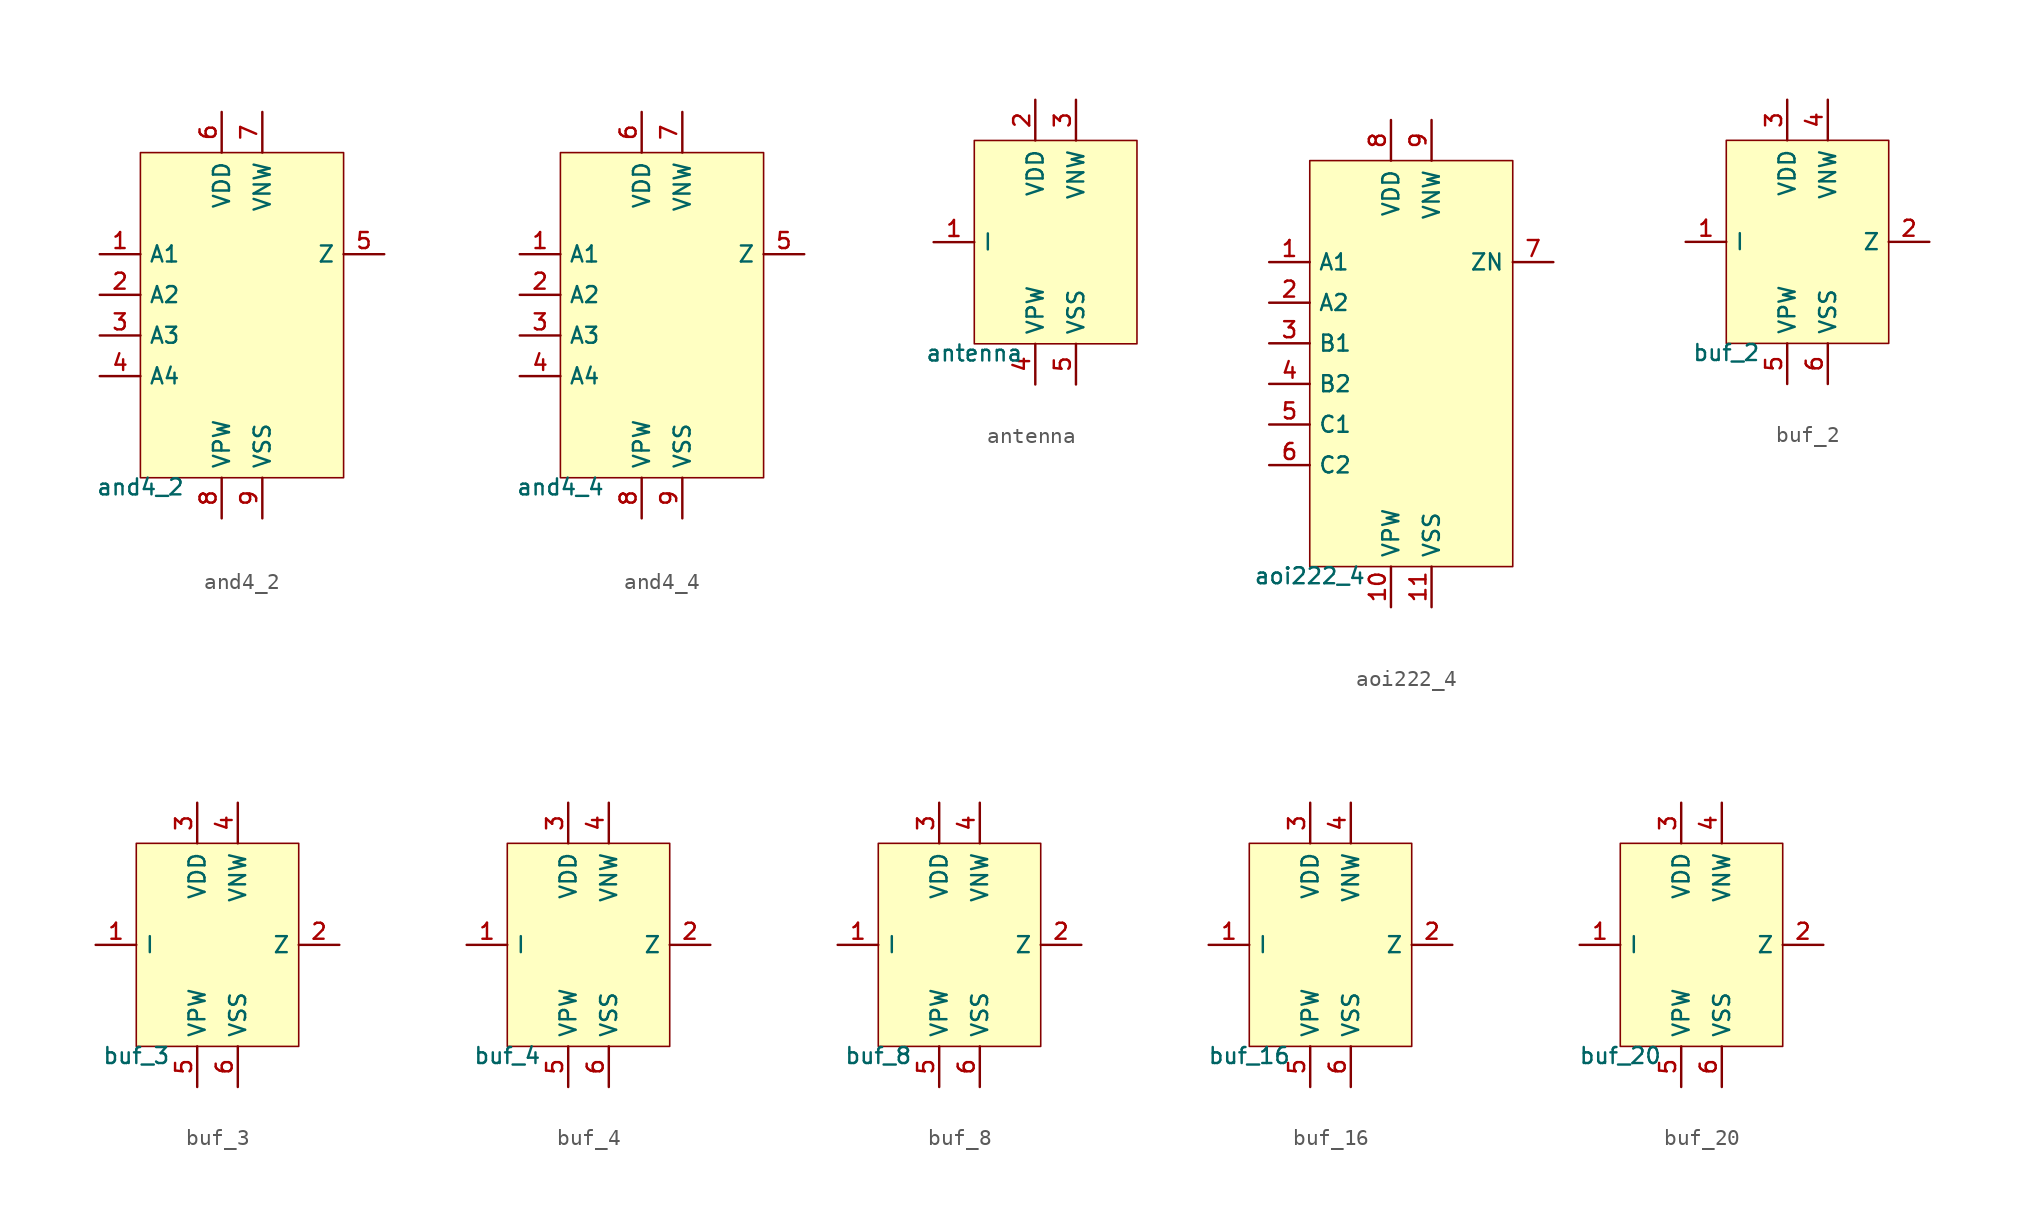
<source format=kicad_sym>
(kicad_symbol_lib
  (version 20211014)
  (generator pdk2kicad)
  (symbol "and4_2"
    (property "Reference" "X"
      (at 0 0 0)
      (effects (font (size 1 1)) hide))
    (property "Value" "and4_2"
      (at -6.35 -10.16 0)
      (effects (font (size 1 1)) (justify top)))
    (rectangle
      (start -6.35 -10.16)
      (end 6.35 10.16)
      (stroke (width 0.1) (type solid) (color 0 0 0 0))
      (fill (type background)))
    (pin input line
      (at -8.89 3.81 0)
      (length 2.54)
      (name "A1" (effects (font (size 1 1)) hide))
      (number "1" (effects (font (size 1 1)) hide)))
    (pin input line
      (at -8.89 1.27 0)
      (length 2.54)
      (name "A2" (effects (font (size 1 1)) hide))
      (number "2" (effects (font (size 1 1)) hide)))
    (pin input line
      (at -8.89 -1.27 0)
      (length 2.54)
      (name "A3" (effects (font (size 1 1)) hide))
      (number "3" (effects (font (size 1 1)) hide)))
    (pin input line
      (at -8.89 -3.81 0)
      (length 2.54)
      (name "A4" (effects (font (size 1 1)) hide))
      (number "4" (effects (font (size 1 1)) hide)))
    (pin output line
      (at 8.89 3.81 180)
      (length 2.54)
      (name "Z" (effects (font (size 1 1)) hide))
      (number "5" (effects (font (size 1 1)) hide)))
    (pin power_in line
      (at -1.27 12.7 270)
      (length 2.54)
      (name "VDD" (effects (font (size 1 1)) hide))
      (number "6" (effects (font (size 1 1)) hide)))
    (pin power_in line
      (at 1.27 12.7 270)
      (length 2.54)
      (name "VNW" (effects (font (size 1 1)) hide))
      (number "7" (effects (font (size 1 1)) hide)))
    (pin power_in line
      (at -1.27 -12.7 90)
      (length 2.54)
      (name "VPW" (effects (font (size 1 1)) hide))
      (number "8" (effects (font (size 1 1)) hide)))
    (pin power_in line
      (at 1.27 -12.7 90)
      (length 2.54)
      (name "VSS" (effects (font (size 1 1)) hide))
      (number "9" (effects (font (size 1 1)) hide))))
  (symbol "and4_4"
    (property "Reference" "X"
      (at 0 0 0)
      (effects (font (size 1 1)) hide))
    (property "Value" "and4_4"
      (at -6.35 -10.16 0)
      (effects (font (size 1 1)) (justify top)))
    (rectangle
      (start -6.35 -10.16)
      (end 6.35 10.16)
      (stroke (width 0.1) (type solid) (color 0 0 0 0))
      (fill (type background)))
    (pin input line
      (at -8.89 3.81 0)
      (length 2.54)
      (name "A1" (effects (font (size 1 1)) hide))
      (number "1" (effects (font (size 1 1)) hide)))
    (pin input line
      (at -8.89 1.27 0)
      (length 2.54)
      (name "A2" (effects (font (size 1 1)) hide))
      (number "2" (effects (font (size 1 1)) hide)))
    (pin input line
      (at -8.89 -1.27 0)
      (length 2.54)
      (name "A3" (effects (font (size 1 1)) hide))
      (number "3" (effects (font (size 1 1)) hide)))
    (pin input line
      (at -8.89 -3.81 0)
      (length 2.54)
      (name "A4" (effects (font (size 1 1)) hide))
      (number "4" (effects (font (size 1 1)) hide)))
    (pin output line
      (at 8.89 3.81 180)
      (length 2.54)
      (name "Z" (effects (font (size 1 1)) hide))
      (number "5" (effects (font (size 1 1)) hide)))
    (pin power_in line
      (at -1.27 12.7 270)
      (length 2.54)
      (name "VDD" (effects (font (size 1 1)) hide))
      (number "6" (effects (font (size 1 1)) hide)))
    (pin power_in line
      (at 1.27 12.7 270)
      (length 2.54)
      (name "VNW" (effects (font (size 1 1)) hide))
      (number "7" (effects (font (size 1 1)) hide)))
    (pin power_in line
      (at -1.27 -12.7 90)
      (length 2.54)
      (name "VPW" (effects (font (size 1 1)) hide))
      (number "8" (effects (font (size 1 1)) hide)))
    (pin power_in line
      (at 1.27 -12.7 90)
      (length 2.54)
      (name "VSS" (effects (font (size 1 1)) hide))
      (number "9" (effects (font (size 1 1)) hide))))
  (symbol "antenna"
    (property "Reference" "X"
      (at 0 0 0)
      (effects (font (size 1 1)) hide))
    (property "Value" "antenna"
      (at -5.08 -6.35 0)
      (effects (font (size 1 1)) (justify top)))
    (rectangle
      (start -5.08 -6.35)
      (end 5.08 6.35)
      (stroke (width 0.1) (type solid) (color 0 0 0 0))
      (fill (type background)))
    (pin input line
      (at -7.62 -4.440892098500626e-16 0)
      (length 2.54)
      (name "I" (effects (font (size 1 1)) hide))
      (number "1" (effects (font (size 1 1)) hide)))
    (pin power_in line
      (at -1.27 8.89 270)
      (length 2.54)
      (name "VDD" (effects (font (size 1 1)) hide))
      (number "2" (effects (font (size 1 1)) hide)))
    (pin power_in line
      (at 1.27 8.89 270)
      (length 2.54)
      (name "VNW" (effects (font (size 1 1)) hide))
      (number "3" (effects (font (size 1 1)) hide)))
    (pin power_in line
      (at -1.27 -8.89 90)
      (length 2.54)
      (name "VPW" (effects (font (size 1 1)) hide))
      (number "4" (effects (font (size 1 1)) hide)))
    (pin power_in line
      (at 1.27 -8.89 90)
      (length 2.54)
      (name "VSS" (effects (font (size 1 1)) hide))
      (number "5" (effects (font (size 1 1)) hide))))
  (symbol "aoi222_4"
    (property "Reference" "X"
      (at 0 0 0)
      (effects (font (size 1 1)) hide))
    (property "Value" "aoi222_4"
      (at -6.35 -12.7 0)
      (effects (font (size 1 1)) (justify top)))
    (rectangle
      (start -6.35 -12.7)
      (end 6.35 12.7)
      (stroke (width 0.1) (type solid) (color 0 0 0 0))
      (fill (type background)))
    (pin input line
      (at -8.89 6.35 0)
      (length 2.54)
      (name "A1" (effects (font (size 1 1)) hide))
      (number "1" (effects (font (size 1 1)) hide)))
    (pin input line
      (at -8.89 3.81 0)
      (length 2.54)
      (name "A2" (effects (font (size 1 1)) hide))
      (number "2" (effects (font (size 1 1)) hide)))
    (pin input line
      (at -8.89 1.27 0)
      (length 2.54)
      (name "B1" (effects (font (size 1 1)) hide))
      (number "3" (effects (font (size 1 1)) hide)))
    (pin input line
      (at -8.89 -1.27 0)
      (length 2.54)
      (name "B2" (effects (font (size 1 1)) hide))
      (number "4" (effects (font (size 1 1)) hide)))
    (pin input line
      (at -8.89 -3.81 0)
      (length 2.54)
      (name "C1" (effects (font (size 1 1)) hide))
      (number "5" (effects (font (size 1 1)) hide)))
    (pin input line
      (at -8.89 -6.35 0)
      (length 2.54)
      (name "C2" (effects (font (size 1 1)) hide))
      (number "6" (effects (font (size 1 1)) hide)))
    (pin output line
      (at 8.89 6.35 180)
      (length 2.54)
      (name "ZN" (effects (font (size 1 1)) hide))
      (number "7" (effects (font (size 1 1)) hide)))
    (pin power_in line
      (at -1.27 15.24 270)
      (length 2.54)
      (name "VDD" (effects (font (size 1 1)) hide))
      (number "8" (effects (font (size 1 1)) hide)))
    (pin power_in line
      (at 1.27 15.24 270)
      (length 2.54)
      (name "VNW" (effects (font (size 1 1)) hide))
      (number "9" (effects (font (size 1 1)) hide)))
    (pin power_in line
      (at -1.27 -15.24 90)
      (length 2.54)
      (name "VPW" (effects (font (size 1 1)) hide))
      (number "10" (effects (font (size 1 1)) hide)))
    (pin power_in line
      (at 1.27 -15.24 90)
      (length 2.54)
      (name "VSS" (effects (font (size 1 1)) hide))
      (number "11" (effects (font (size 1 1)) hide))))
  (symbol "buf_2"
    (property "Reference" "X"
      (at 0 0 0)
      (effects (font (size 1 1)) hide))
    (property "Value" "buf_2"
      (at -5.08 -6.35 0)
      (effects (font (size 1 1)) (justify top)))
    (rectangle
      (start -5.08 -6.35)
      (end 5.08 6.35)
      (stroke (width 0.1) (type solid) (color 0 0 0 0))
      (fill (type background)))
    (pin input line
      (at -7.62 -4.440892098500626e-16 0)
      (length 2.54)
      (name "I" (effects (font (size 1 1)) hide))
      (number "1" (effects (font (size 1 1)) hide)))
    (pin output line
      (at 7.62 -4.440892098500626e-16 180)
      (length 2.54)
      (name "Z" (effects (font (size 1 1)) hide))
      (number "2" (effects (font (size 1 1)) hide)))
    (pin power_in line
      (at -1.27 8.89 270)
      (length 2.54)
      (name "VDD" (effects (font (size 1 1)) hide))
      (number "3" (effects (font (size 1 1)) hide)))
    (pin power_in line
      (at 1.27 8.89 270)
      (length 2.54)
      (name "VNW" (effects (font (size 1 1)) hide))
      (number "4" (effects (font (size 1 1)) hide)))
    (pin power_in line
      (at -1.27 -8.89 90)
      (length 2.54)
      (name "VPW" (effects (font (size 1 1)) hide))
      (number "5" (effects (font (size 1 1)) hide)))
    (pin power_in line
      (at 1.27 -8.89 90)
      (length 2.54)
      (name "VSS" (effects (font (size 1 1)) hide))
      (number "6" (effects (font (size 1 1)) hide))))
  (symbol "buf_3"
    (property "Reference" "X"
      (at 0 0 0)
      (effects (font (size 1 1)) hide))
    (property "Value" "buf_3"
      (at -5.08 -6.35 0)
      (effects (font (size 1 1)) (justify top)))
    (rectangle
      (start -5.08 -6.35)
      (end 5.08 6.35)
      (stroke (width 0.1) (type solid) (color 0 0 0 0))
      (fill (type background)))
    (pin input line
      (at -7.62 -4.440892098500626e-16 0)
      (length 2.54)
      (name "I" (effects (font (size 1 1)) hide))
      (number "1" (effects (font (size 1 1)) hide)))
    (pin output line
      (at 7.62 -4.440892098500626e-16 180)
      (length 2.54)
      (name "Z" (effects (font (size 1 1)) hide))
      (number "2" (effects (font (size 1 1)) hide)))
    (pin power_in line
      (at -1.27 8.89 270)
      (length 2.54)
      (name "VDD" (effects (font (size 1 1)) hide))
      (number "3" (effects (font (size 1 1)) hide)))
    (pin power_in line
      (at 1.27 8.89 270)
      (length 2.54)
      (name "VNW" (effects (font (size 1 1)) hide))
      (number "4" (effects (font (size 1 1)) hide)))
    (pin power_in line
      (at -1.27 -8.89 90)
      (length 2.54)
      (name "VPW" (effects (font (size 1 1)) hide))
      (number "5" (effects (font (size 1 1)) hide)))
    (pin power_in line
      (at 1.27 -8.89 90)
      (length 2.54)
      (name "VSS" (effects (font (size 1 1)) hide))
      (number "6" (effects (font (size 1 1)) hide))))
  (symbol "buf_4"
    (property "Reference" "X"
      (at 0 0 0)
      (effects (font (size 1 1)) hide))
    (property "Value" "buf_4"
      (at -5.08 -6.35 0)
      (effects (font (size 1 1)) (justify top)))
    (rectangle
      (start -5.08 -6.35)
      (end 5.08 6.35)
      (stroke (width 0.1) (type solid) (color 0 0 0 0))
      (fill (type background)))
    (pin input line
      (at -7.62 -4.440892098500626e-16 0)
      (length 2.54)
      (name "I" (effects (font (size 1 1)) hide))
      (number "1" (effects (font (size 1 1)) hide)))
    (pin output line
      (at 7.62 -4.440892098500626e-16 180)
      (length 2.54)
      (name "Z" (effects (font (size 1 1)) hide))
      (number "2" (effects (font (size 1 1)) hide)))
    (pin power_in line
      (at -1.27 8.89 270)
      (length 2.54)
      (name "VDD" (effects (font (size 1 1)) hide))
      (number "3" (effects (font (size 1 1)) hide)))
    (pin power_in line
      (at 1.27 8.89 270)
      (length 2.54)
      (name "VNW" (effects (font (size 1 1)) hide))
      (number "4" (effects (font (size 1 1)) hide)))
    (pin power_in line
      (at -1.27 -8.89 90)
      (length 2.54)
      (name "VPW" (effects (font (size 1 1)) hide))
      (number "5" (effects (font (size 1 1)) hide)))
    (pin power_in line
      (at 1.27 -8.89 90)
      (length 2.54)
      (name "VSS" (effects (font (size 1 1)) hide))
      (number "6" (effects (font (size 1 1)) hide))))
  (symbol "buf_8"
    (property "Reference" "X"
      (at 0 0 0)
      (effects (font (size 1 1)) hide))
    (property "Value" "buf_8"
      (at -5.08 -6.35 0)
      (effects (font (size 1 1)) (justify top)))
    (rectangle
      (start -5.08 -6.35)
      (end 5.08 6.35)
      (stroke (width 0.1) (type solid) (color 0 0 0 0))
      (fill (type background)))
    (pin input line
      (at -7.62 -4.440892098500626e-16 0)
      (length 2.54)
      (name "I" (effects (font (size 1 1)) hide))
      (number "1" (effects (font (size 1 1)) hide)))
    (pin output line
      (at 7.62 -4.440892098500626e-16 180)
      (length 2.54)
      (name "Z" (effects (font (size 1 1)) hide))
      (number "2" (effects (font (size 1 1)) hide)))
    (pin power_in line
      (at -1.27 8.89 270)
      (length 2.54)
      (name "VDD" (effects (font (size 1 1)) hide))
      (number "3" (effects (font (size 1 1)) hide)))
    (pin power_in line
      (at 1.27 8.89 270)
      (length 2.54)
      (name "VNW" (effects (font (size 1 1)) hide))
      (number "4" (effects (font (size 1 1)) hide)))
    (pin power_in line
      (at -1.27 -8.89 90)
      (length 2.54)
      (name "VPW" (effects (font (size 1 1)) hide))
      (number "5" (effects (font (size 1 1)) hide)))
    (pin power_in line
      (at 1.27 -8.89 90)
      (length 2.54)
      (name "VSS" (effects (font (size 1 1)) hide))
      (number "6" (effects (font (size 1 1)) hide))))
  (symbol "buf_16"
    (property "Reference" "X"
      (at 0 0 0)
      (effects (font (size 1 1)) hide))
    (property "Value" "buf_16"
      (at -5.08 -6.35 0)
      (effects (font (size 1 1)) (justify top)))
    (rectangle
      (start -5.08 -6.35)
      (end 5.08 6.35)
      (stroke (width 0.1) (type solid) (color 0 0 0 0))
      (fill (type background)))
    (pin input line
      (at -7.62 -4.440892098500626e-16 0)
      (length 2.54)
      (name "I" (effects (font (size 1 1)) hide))
      (number "1" (effects (font (size 1 1)) hide)))
    (pin output line
      (at 7.62 -4.440892098500626e-16 180)
      (length 2.54)
      (name "Z" (effects (font (size 1 1)) hide))
      (number "2" (effects (font (size 1 1)) hide)))
    (pin power_in line
      (at -1.27 8.89 270)
      (length 2.54)
      (name "VDD" (effects (font (size 1 1)) hide))
      (number "3" (effects (font (size 1 1)) hide)))
    (pin power_in line
      (at 1.27 8.89 270)
      (length 2.54)
      (name "VNW" (effects (font (size 1 1)) hide))
      (number "4" (effects (font (size 1 1)) hide)))
    (pin power_in line
      (at -1.27 -8.89 90)
      (length 2.54)
      (name "VPW" (effects (font (size 1 1)) hide))
      (number "5" (effects (font (size 1 1)) hide)))
    (pin power_in line
      (at 1.27 -8.89 90)
      (length 2.54)
      (name "VSS" (effects (font (size 1 1)) hide))
      (number "6" (effects (font (size 1 1)) hide))))
  (symbol "buf_20"
    (property "Reference" "X"
      (at 0 0 0)
      (effects (font (size 1 1)) hide))
    (property "Value" "buf_20"
      (at -5.08 -6.35 0)
      (effects (font (size 1 1)) (justify top)))
    (rectangle
      (start -5.08 -6.35)
      (end 5.08 6.35)
      (stroke (width 0.1) (type solid) (color 0 0 0 0))
      (fill (type background)))
    (pin input line
      (at -7.62 -4.440892098500626e-16 0)
      (length 2.54)
      (name "I" (effects (font (size 1 1)) hide))
      (number "1" (effects (font (size 1 1)) hide)))
    (pin output line
      (at 7.62 -4.440892098500626e-16 180)
      (length 2.54)
      (name "Z" (effects (font (size 1 1)) hide))
      (number "2" (effects (font (size 1 1)) hide)))
    (pin power_in line
      (at -1.27 8.89 270)
      (length 2.54)
      (name "VDD" (effects (font (size 1 1)) hide))
      (number "3" (effects (font (size 1 1)) hide)))
    (pin power_in line
      (at 1.27 8.89 270)
      (length 2.54)
      (name "VNW" (effects (font (size 1 1)) hide))
      (number "4" (effects (font (size 1 1)) hide)))
    (pin power_in line
      (at -1.27 -8.89 90)
      (length 2.54)
      (name "VPW" (effects (font (size 1 1)) hide))
      (number "5" (effects (font (size 1 1)) hide)))
    (pin power_in line
      (at 1.27 -8.89 90)
      (length 2.54)
      (name "VSS" (effects (font (size 1 1)) hide))
      (number "6" (effects (font (size 1 1)) hide)))))
</source>
